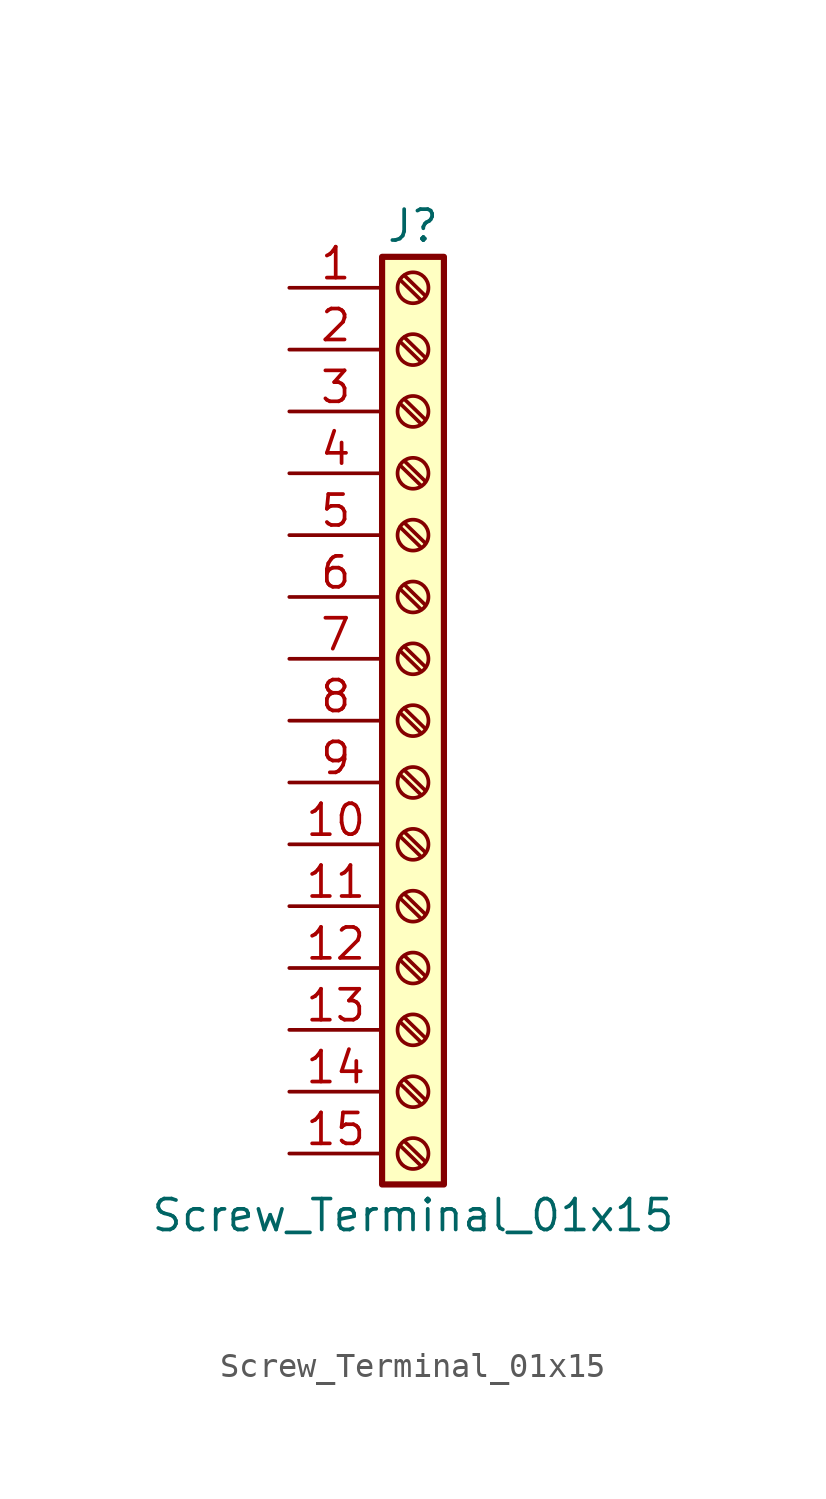
<source format=kicad_sym>
(kicad_symbol_lib
  (version 20231120)
  (generator "kicad_symbol_editor")
  (generator_version "8.0")
  (symbol "Screw_Terminal_01x15"
    (pin_names
      (offset 1.016) hide)
    (property "Reference" "J"
      (at 0 20.32 0)
      (effects (font (size 1.27 1.27))))
    (property "Value" "Screw_Terminal_01x15"
      (at 0 -20.32 0)
      (effects (font (size 1.27 1.27))))
    (symbol "Screw_Terminal_01x15_1_1"
      (rectangle (start -1.27 19.05) (end 1.27 -19.05) (stroke (width 0.254) (type default)) (fill (type background)))
      (circle (center 0 -17.78) (radius 0.635) (stroke (width 0.152) (type default)) (fill (type none)))
      (circle (center 0 -15.24) (radius 0.635) (stroke (width 0.152) (type default)) (fill (type none)))
      (circle (center 0 -12.7) (radius 0.635) (stroke (width 0.152) (type default)) (fill (type none)))
      (circle (center 0 -10.16) (radius 0.635) (stroke (width 0.152) (type default)) (fill (type none)))
      (circle (center 0 -7.62) (radius 0.635) (stroke (width 0.152) (type default)) (fill (type none)))
      (circle (center 0 -5.08) (radius 0.635) (stroke (width 0.152) (type default)) (fill (type none)))
      (circle (center 0 -2.54) (radius 0.635) (stroke (width 0.152) (type default)) (fill (type none)))
      (polyline (pts (xy -0.533 -17.45) (xy 0.33 -18.288)) (stroke (width 0.152) (type default)) (fill (type none)))
      (polyline (pts (xy -0.533 -14.91) (xy 0.33 -15.748)) (stroke (width 0.152) (type default)) (fill (type none)))
      (polyline (pts (xy -0.533 -12.37) (xy 0.33 -13.208)) (stroke (width 0.152) (type default)) (fill (type none)))
      (polyline (pts (xy -0.533 -9.83) (xy 0.33 -10.668)) (stroke (width 0.152) (type default)) (fill (type none)))
      (polyline (pts (xy -0.533 -7.29) (xy 0.33 -8.128)) (stroke (width 0.152) (type default)) (fill (type none)))
      (polyline (pts (xy -0.533 -4.75) (xy 0.33 -5.588)) (stroke (width 0.152) (type default)) (fill (type none)))
      (polyline (pts (xy -0.533 -2.21) (xy 0.33 -3.048)) (stroke (width 0.152) (type default)) (fill (type none)))
      (polyline (pts (xy -0.533 0.33) (xy 0.33 -0.508)) (stroke (width 0.152) (type default)) (fill (type none)))
      (polyline (pts (xy -0.533 2.87) (xy 0.33 2.032)) (stroke (width 0.152) (type default)) (fill (type none)))
      (polyline (pts (xy -0.533 5.41) (xy 0.33 4.572)) (stroke (width 0.152) (type default)) (fill (type none)))
      (polyline (pts (xy -0.533 7.95) (xy 0.33 7.112)) (stroke (width 0.152) (type default)) (fill (type none)))
      (polyline (pts (xy -0.533 10.49) (xy 0.33 9.652)) (stroke (width 0.152) (type default)) (fill (type none)))
      (polyline (pts (xy -0.533 13.03) (xy 0.33 12.192)) (stroke (width 0.152) (type default)) (fill (type none)))
      (polyline (pts (xy -0.533 15.57) (xy 0.33 14.732)) (stroke (width 0.152) (type default)) (fill (type none)))
      (polyline (pts (xy -0.533 18.11) (xy 0.33 17.272)) (stroke (width 0.152) (type default)) (fill (type none)))
      (polyline (pts (xy -0.356 -17.272) (xy 0.508 -18.11)) (stroke (width 0.152) (type default)) (fill (type none)))
      (polyline (pts (xy -0.356 -14.732) (xy 0.508 -15.57)) (stroke (width 0.152) (type default)) (fill (type none)))
      (polyline (pts (xy -0.356 -12.192) (xy 0.508 -13.03)) (stroke (width 0.152) (type default)) (fill (type none)))
      (polyline (pts (xy -0.356 -9.652) (xy 0.508 -10.49)) (stroke (width 0.152) (type default)) (fill (type none)))
      (polyline (pts (xy -0.356 -7.112) (xy 0.508 -7.95)) (stroke (width 0.152) (type default)) (fill (type none)))
      (polyline (pts (xy -0.356 -4.572) (xy 0.508 -5.41)) (stroke (width 0.152) (type default)) (fill (type none)))
      (polyline (pts (xy -0.356 -2.032) (xy 0.508 -2.87)) (stroke (width 0.152) (type default)) (fill (type none)))
      (polyline (pts (xy -0.356 0.508) (xy 0.508 -0.33)) (stroke (width 0.152) (type default)) (fill (type none)))
      (polyline (pts (xy -0.356 3.048) (xy 0.508 2.21)) (stroke (width 0.152) (type default)) (fill (type none)))
      (polyline (pts (xy -0.356 5.588) (xy 0.508 4.75)) (stroke (width 0.152) (type default)) (fill (type none)))
      (polyline (pts (xy -0.356 8.128) (xy 0.508 7.29)) (stroke (width 0.152) (type default)) (fill (type none)))
      (polyline (pts (xy -0.356 10.668) (xy 0.508 9.83)) (stroke (width 0.152) (type default)) (fill (type none)))
      (polyline (pts (xy -0.356 13.208) (xy 0.508 12.37)) (stroke (width 0.152) (type default)) (fill (type none)))
      (polyline (pts (xy -0.356 15.748) (xy 0.508 14.91)) (stroke (width 0.152) (type default)) (fill (type none)))
      (polyline (pts (xy -0.356 18.288) (xy 0.508 17.45)) (stroke (width 0.152) (type default)) (fill (type none)))
      (circle (center 0 0) (radius 0.635) (stroke (width 0.152) (type default)) (fill (type none)))
      (circle (center 0 2.54) (radius 0.635) (stroke (width 0.152) (type default)) (fill (type none)))
      (circle (center 0 5.08) (radius 0.635) (stroke (width 0.152) (type default)) (fill (type none)))
      (circle (center 0 7.62) (radius 0.635) (stroke (width 0.152) (type default)) (fill (type none)))
      (circle (center 0 10.16) (radius 0.635) (stroke (width 0.152) (type default)) (fill (type none)))
      (circle (center 0 12.7) (radius 0.635) (stroke (width 0.152) (type default)) (fill (type none)))
      (circle (center 0 15.24) (radius 0.635) (stroke (width 0.152) (type default)) (fill (type none)))
      (circle (center 0 17.78) (radius 0.635) (stroke (width 0.152) (type default)) (fill (type none)))
      (pin passive line (at -5.08 17.78 0) (length 3.81) (name "Pin_1" (effects (font (size 1.27 1.27)))) (number "1" (effects (font (size 1.27 1.27)))))
      (pin passive line (at -5.08 -5.08 0) (length 3.81) (name "Pin_10" (effects (font (size 1.27 1.27)))) (number "10" (effects (font (size 1.27 1.27)))))
      (pin passive line (at -5.08 -7.62 0) (length 3.81) (name "Pin_11" (effects (font (size 1.27 1.27)))) (number "11" (effects (font (size 1.27 1.27)))))
      (pin passive line (at -5.08 -10.16 0) (length 3.81) (name "Pin_12" (effects (font (size 1.27 1.27)))) (number "12" (effects (font (size 1.27 1.27)))))
      (pin passive line (at -5.08 -12.7 0) (length 3.81) (name "Pin_13" (effects (font (size 1.27 1.27)))) (number "13" (effects (font (size 1.27 1.27)))))
      (pin passive line (at -5.08 -15.24 0) (length 3.81) (name "Pin_14" (effects (font (size 1.27 1.27)))) (number "14" (effects (font (size 1.27 1.27)))))
      (pin passive line (at -5.08 -17.78 0) (length 3.81) (name "Pin_15" (effects (font (size 1.27 1.27)))) (number "15" (effects (font (size 1.27 1.27)))))
      (pin passive line (at -5.08 15.24 0) (length 3.81) (name "Pin_2" (effects (font (size 1.27 1.27)))) (number "2" (effects (font (size 1.27 1.27)))))
      (pin passive line (at -5.08 12.7 0) (length 3.81) (name "Pin_3" (effects (font (size 1.27 1.27)))) (number "3" (effects (font (size 1.27 1.27)))))
      (pin passive line (at -5.08 10.16 0) (length 3.81) (name "Pin_4" (effects (font (size 1.27 1.27)))) (number "4" (effects (font (size 1.27 1.27)))))
      (pin passive line (at -5.08 7.62 0) (length 3.81) (name "Pin_5" (effects (font (size 1.27 1.27)))) (number "5" (effects (font (size 1.27 1.27)))))
      (pin passive line (at -5.08 5.08 0) (length 3.81) (name "Pin_6" (effects (font (size 1.27 1.27)))) (number "6" (effects (font (size 1.27 1.27)))))
      (pin passive line (at -5.08 2.54 0) (length 3.81) (name "Pin_7" (effects (font (size 1.27 1.27)))) (number "7" (effects (font (size 1.27 1.27)))))
      (pin passive line (at -5.08 0 0) (length 3.81) (name "Pin_8" (effects (font (size 1.27 1.27)))) (number "8" (effects (font (size 1.27 1.27)))))
      (pin passive line (at -5.08 -2.54 0) (length 3.81) (name "Pin_9" (effects (font (size 1.27 1.27)))) (number "9" (effects (font (size 1.27 1.27))))))))
</source>
